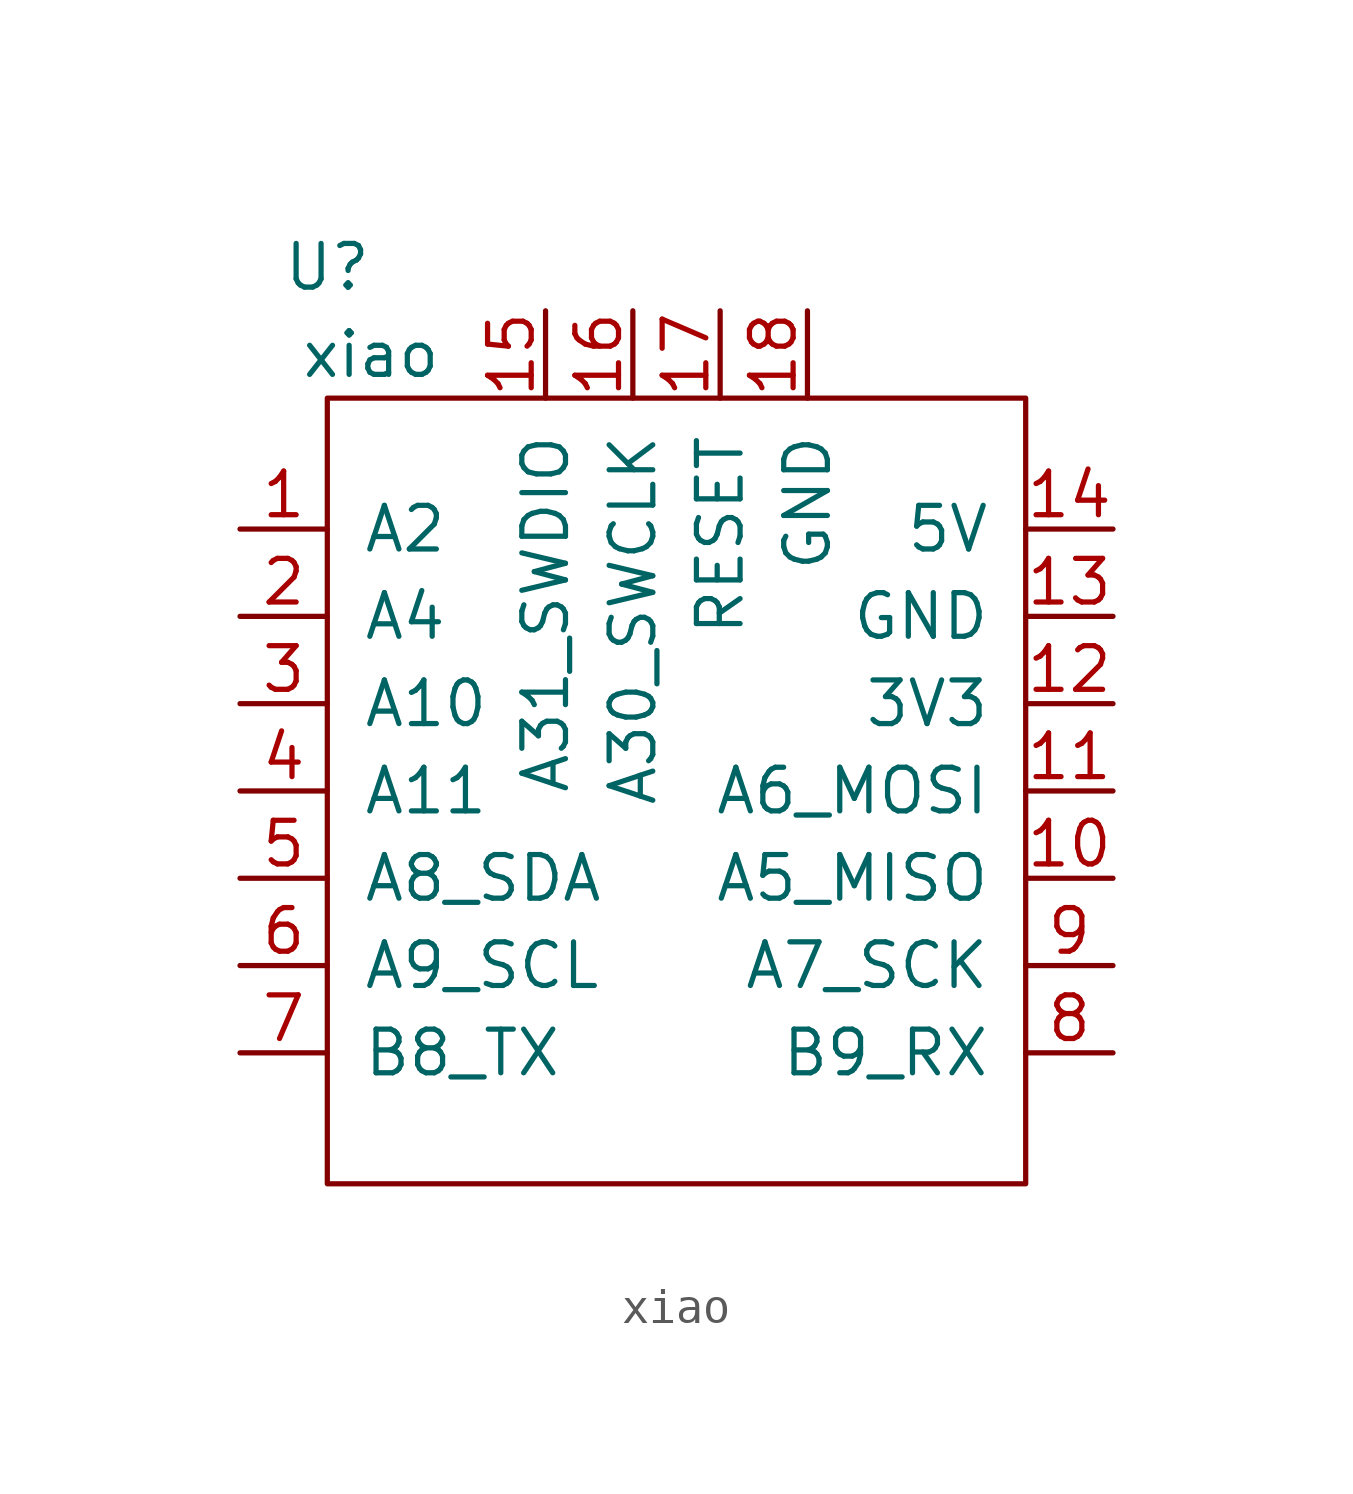
<source format=kicad_sym>
(kicad_symbol_lib
  (version 20211014)
  (generator kicad_symbol_editor)
  (symbol "xiao"
    (pin_names
      (offset 1.016))
    (property "Reference" "U"
      (at -10.16 15.24 0)
      (effects (font (size 1.27 1.27))))
    (property "Value" "xiao"
      (at -8.89 12.7 0)
      (effects (font (size 1.27 1.27))))
    (symbol "xiao_0_1"
      (rectangle (start -10.16 11.43) (end 10.16 -11.43) (stroke (width 0) (type default) (color 0 0 0 0)) (fill (type none))))
    (symbol "xiao_1_1"
      (pin bidirectional line (at -12.7 7.62 0) (length 2.54) (name "A2" (effects (font (size 1.27 1.27)))) (number "1" (effects (font (size 1.27 1.27)))))
      (pin bidirectional line (at 12.7 -2.54 180) (length 2.54) (name "A5_MISO" (effects (font (size 1.27 1.27)))) (number "10" (effects (font (size 1.27 1.27)))))
      (pin bidirectional line (at 12.7 0 180) (length 2.54) (name "A6_MOSI" (effects (font (size 1.27 1.27)))) (number "11" (effects (font (size 1.27 1.27)))))
      (pin power_out line (at 12.7 2.54 180) (length 2.54) (name "3V3" (effects (font (size 1.27 1.27)))) (number "12" (effects (font (size 1.27 1.27)))))
      (pin power_out line (at 12.7 5.08 180) (length 2.54) (name "GND" (effects (font (size 1.27 1.27)))) (number "13" (effects (font (size 1.27 1.27)))))
      (pin power_out line (at 12.7 7.62 180) (length 2.54) (name "5V" (effects (font (size 1.27 1.27)))) (number "14" (effects (font (size 1.27 1.27)))))
      (pin input line (at -3.81 13.97 270) (length 2.54) (name "A31_SWDIO" (effects (font (size 1.27 1.27)))) (number "15" (effects (font (size 1.27 1.27)))))
      (pin input line (at -1.27 13.97 270) (length 2.54) (name "A30_SWCLK" (effects (font (size 1.27 1.27)))) (number "16" (effects (font (size 1.27 1.27)))))
      (pin input line (at 1.27 13.97 270) (length 2.54) (name "RESET" (effects (font (size 1.27 1.27)))) (number "17" (effects (font (size 1.27 1.27)))))
      (pin power_out line (at 3.81 13.97 270) (length 2.54) (name "GND" (effects (font (size 1.27 1.27)))) (number "18" (effects (font (size 1.27 1.27)))))
      (pin bidirectional line (at -12.7 5.08 0) (length 2.54) (name "A4" (effects (font (size 1.27 1.27)))) (number "2" (effects (font (size 1.27 1.27)))))
      (pin bidirectional line (at -12.7 2.54 0) (length 2.54) (name "A10" (effects (font (size 1.27 1.27)))) (number "3" (effects (font (size 1.27 1.27)))))
      (pin bidirectional line (at -12.7 0 0) (length 2.54) (name "A11" (effects (font (size 1.27 1.27)))) (number "4" (effects (font (size 1.27 1.27)))))
      (pin bidirectional line (at -12.7 -2.54 0) (length 2.54) (name "A8_SDA" (effects (font (size 1.27 1.27)))) (number "5" (effects (font (size 1.27 1.27)))))
      (pin bidirectional line (at -12.7 -5.08 0) (length 2.54) (name "A9_SCL" (effects (font (size 1.27 1.27)))) (number "6" (effects (font (size 1.27 1.27)))))
      (pin bidirectional line (at -12.7 -7.62 0) (length 2.54) (name "B8_TX" (effects (font (size 1.27 1.27)))) (number "7" (effects (font (size 1.27 1.27)))))
      (pin bidirectional line (at 12.7 -7.62 180) (length 2.54) (name "B9_RX" (effects (font (size 1.27 1.27)))) (number "8" (effects (font (size 1.27 1.27)))))
      (pin bidirectional line (at 12.7 -5.08 180) (length 2.54) (name "A7_SCK" (effects (font (size 1.27 1.27)))) (number "9" (effects (font (size 1.27 1.27))))))))
</source>
